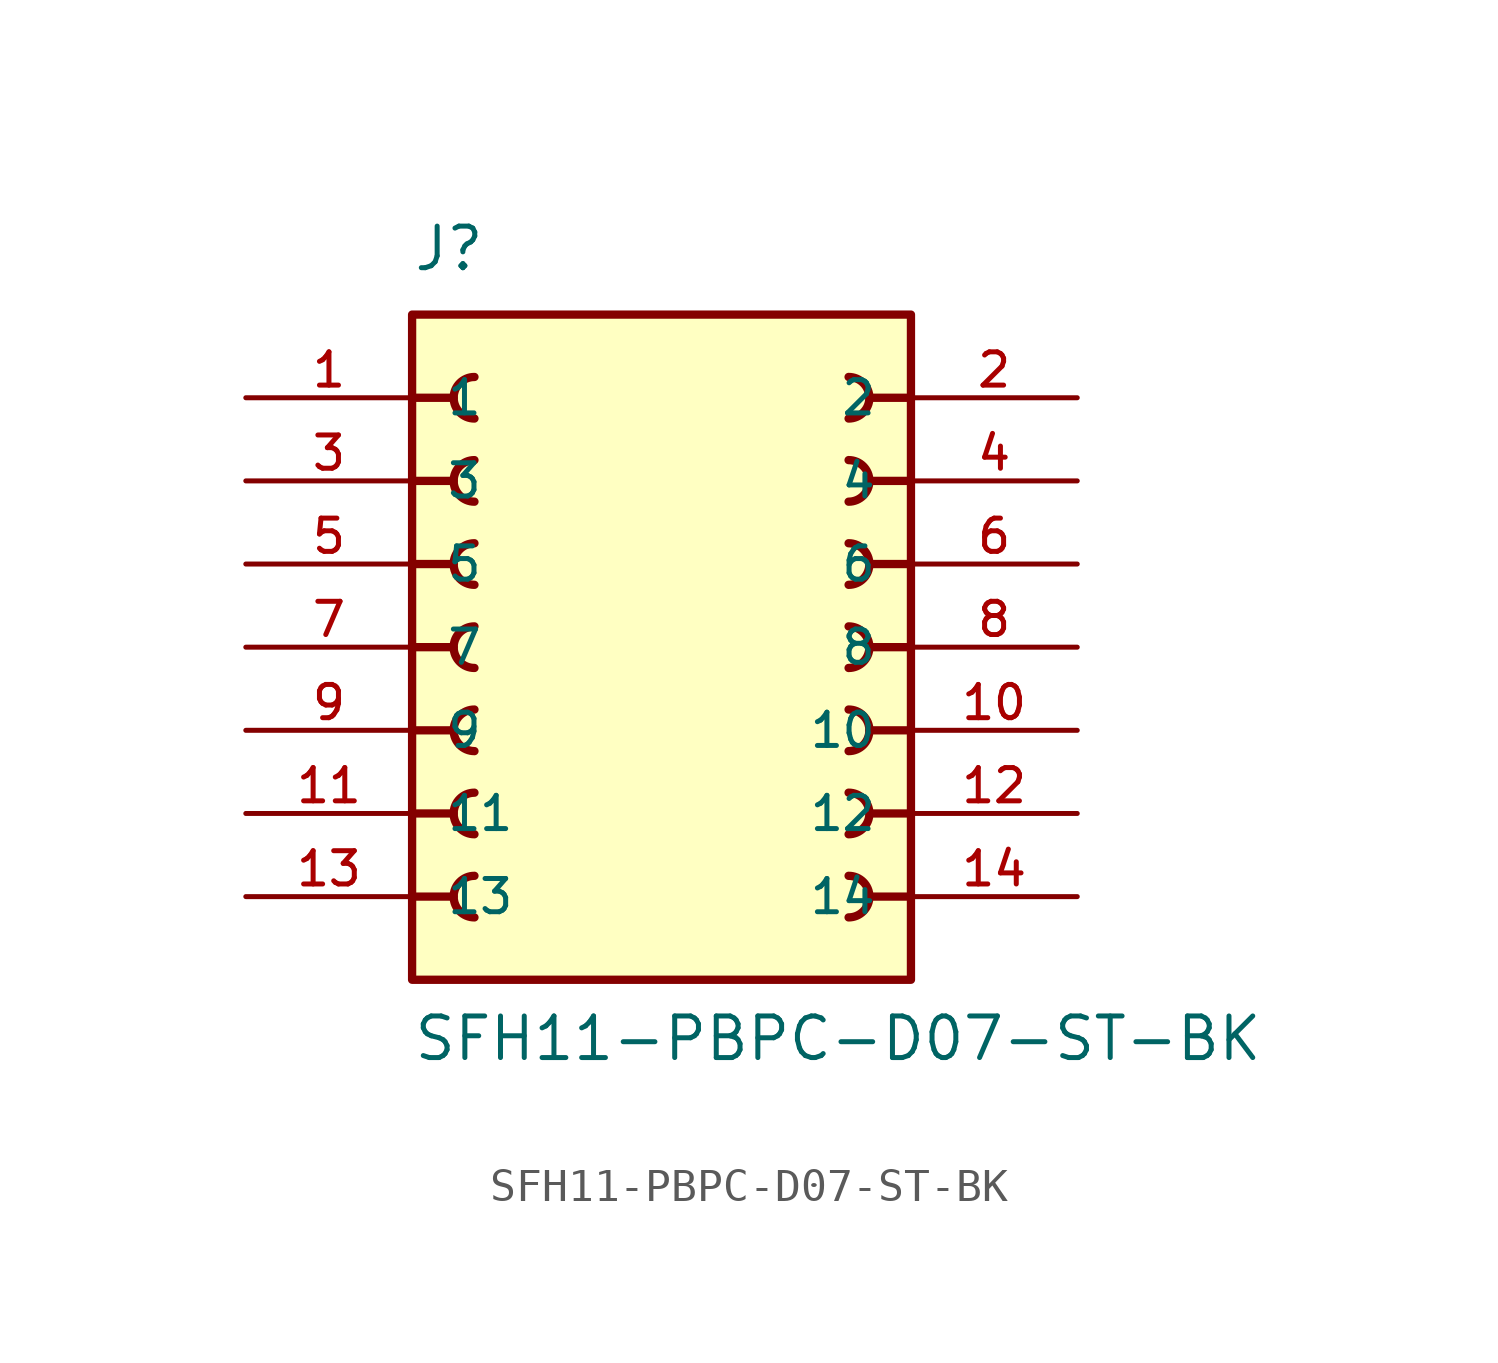
<source format=kicad_sym>
(kicad_symbol_lib
  (version 20211014)
  (generator kicad_symbol_editor)
  (symbol "SFH11-PBPC-D07-ST-BK"
    (pin_names
      (offset 1.016))
    (property "Reference" "J"
      (at -7.62 11.43 0)
      (effects (font (size 1.27 1.27)) (justify bottom left)))
    (property "Value" "SFH11-PBPC-D07-ST-BK"
      (at -7.62 -12.7 0)
      (effects (font (size 1.27 1.27)) (justify bottom left)))
    (symbol "SFH11-PBPC-D07-ST-BK_0_0"
      (polyline (pts (xy 7.62 7.62) (xy 6.35 7.62)) (stroke (width 0.254)))
      (arc (start 5.715 6.985) (mid 6.35 7.62) (end 5.715 8.255) (stroke (width 0.254) (type default) (color 0 0 0 0)) (fill (type none)))
      (polyline (pts (xy 7.62 5.08) (xy 6.35 5.08)) (stroke (width 0.254)))
      (arc (start 5.715 4.445) (mid 6.35 5.08) (end 5.715 5.715) (stroke (width 0.254) (type default) (color 0 0 0 0)) (fill (type none)))
      (polyline (pts (xy 7.62 2.54) (xy 6.35 2.54)) (stroke (width 0.254)))
      (arc (start 5.715 1.905) (mid 6.35 2.54) (end 5.715 3.175) (stroke (width 0.254) (type default) (color 0 0 0 0)) (fill (type none)))
      (polyline (pts (xy 7.62 0.0) (xy 6.35 0.0)) (stroke (width 0.254)))
      (arc (start 5.715 -0.635) (mid 6.35 0.0) (end 5.715 0.635) (stroke (width 0.254) (type default) (color 0 0 0 0)) (fill (type none)))
      (polyline (pts (xy 7.62 -2.54) (xy 6.35 -2.54)) (stroke (width 0.254)))
      (arc (start 5.715 -3.175) (mid 6.35 -2.54) (end 5.715 -1.905) (stroke (width 0.254) (type default) (color 0 0 0 0)) (fill (type none)))
      (polyline (pts (xy 7.62 -5.08) (xy 6.35 -5.08)) (stroke (width 0.254)))
      (arc (start 5.715 -5.715) (mid 6.35 -5.08) (end 5.715 -4.445) (stroke (width 0.254) (type default) (color 0 0 0 0)) (fill (type none)))
      (polyline (pts (xy 7.62 -7.62) (xy 6.35 -7.62)) (stroke (width 0.254)))
      (arc (start 5.715 -8.255) (mid 6.35 -7.62) (end 5.715 -6.985) (stroke (width 0.254) (type default) (color 0 0 0 0)) (fill (type none)))
      (polyline (pts (xy -7.62 -7.62) (xy -6.35 -7.62)) (stroke (width 0.254)))
      (arc (start -5.715 -6.985) (mid -6.35 -7.62) (end -5.715 -8.255) (stroke (width 0.254) (type default) (color 0 0 0 0)) (fill (type none)))
      (polyline (pts (xy -7.62 -5.08) (xy -6.35 -5.08)) (stroke (width 0.254)))
      (arc (start -5.715 -4.445) (mid -6.35 -5.08) (end -5.715 -5.715) (stroke (width 0.254) (type default) (color 0 0 0 0)) (fill (type none)))
      (polyline (pts (xy -7.62 -2.54) (xy -6.35 -2.54)) (stroke (width 0.254)))
      (arc (start -5.715 -1.905) (mid -6.35 -2.54) (end -5.715 -3.175) (stroke (width 0.254) (type default) (color 0 0 0 0)) (fill (type none)))
      (polyline (pts (xy -7.62 0.0) (xy -6.35 0.0)) (stroke (width 0.254)))
      (arc (start -5.715 0.635) (mid -6.35 -0.0) (end -5.715 -0.635) (stroke (width 0.254) (type default) (color 0 0 0 0)) (fill (type none)))
      (polyline (pts (xy -7.62 2.54) (xy -6.35 2.54)) (stroke (width 0.254)))
      (arc (start -5.715 3.175) (mid -6.35 2.54) (end -5.715 1.905) (stroke (width 0.254) (type default) (color 0 0 0 0)) (fill (type none)))
      (polyline (pts (xy -7.62 5.08) (xy -6.35 5.08)) (stroke (width 0.254)))
      (arc (start -5.715 5.715) (mid -6.35 5.08) (end -5.715 4.445) (stroke (width 0.254) (type default) (color 0 0 0 0)) (fill (type none)))
      (polyline (pts (xy -7.62 7.62) (xy -6.35 7.62)) (stroke (width 0.254)))
      (arc (start -5.715 8.255) (mid -6.35 7.62) (end -5.715 6.985) (stroke (width 0.254) (type default) (color 0 0 0 0)) (fill (type none)))
      (rectangle (start -7.62 -10.16) (end 7.62 10.16) (stroke (width 0.254)) (fill (type background)))
      (pin passive line (at -12.7 7.62 0) (length 5.08) (name "1" (effects (font (size 1.016 1.016)))) (number "1" (effects (font (size 1.016 1.016)))))
      (pin passive line (at 12.7 7.62 180.0) (length 5.08) (name "2" (effects (font (size 1.016 1.016)))) (number "2" (effects (font (size 1.016 1.016)))))
      (pin passive line (at -12.7 5.08 0) (length 5.08) (name "3" (effects (font (size 1.016 1.016)))) (number "3" (effects (font (size 1.016 1.016)))))
      (pin passive line (at 12.7 5.08 180.0) (length 5.08) (name "4" (effects (font (size 1.016 1.016)))) (number "4" (effects (font (size 1.016 1.016)))))
      (pin passive line (at -12.7 2.54 0) (length 5.08) (name "5" (effects (font (size 1.016 1.016)))) (number "5" (effects (font (size 1.016 1.016)))))
      (pin passive line (at 12.7 2.54 180.0) (length 5.08) (name "6" (effects (font (size 1.016 1.016)))) (number "6" (effects (font (size 1.016 1.016)))))
      (pin passive line (at -12.7 0.0 0) (length 5.08) (name "7" (effects (font (size 1.016 1.016)))) (number "7" (effects (font (size 1.016 1.016)))))
      (pin passive line (at 12.7 0.0 180.0) (length 5.08) (name "8" (effects (font (size 1.016 1.016)))) (number "8" (effects (font (size 1.016 1.016)))))
      (pin passive line (at -12.7 -2.54 0) (length 5.08) (name "9" (effects (font (size 1.016 1.016)))) (number "9" (effects (font (size 1.016 1.016)))))
      (pin passive line (at 12.7 -2.54 180.0) (length 5.08) (name "10" (effects (font (size 1.016 1.016)))) (number "10" (effects (font (size 1.016 1.016)))))
      (pin passive line (at -12.7 -5.08 0) (length 5.08) (name "11" (effects (font (size 1.016 1.016)))) (number "11" (effects (font (size 1.016 1.016)))))
      (pin passive line (at 12.7 -5.08 180.0) (length 5.08) (name "12" (effects (font (size 1.016 1.016)))) (number "12" (effects (font (size 1.016 1.016)))))
      (pin passive line (at -12.7 -7.62 0) (length 5.08) (name "13" (effects (font (size 1.016 1.016)))) (number "13" (effects (font (size 1.016 1.016)))))
      (pin passive line (at 12.7 -7.62 180.0) (length 5.08) (name "14" (effects (font (size 1.016 1.016)))) (number "14" (effects (font (size 1.016 1.016))))))))
</source>
